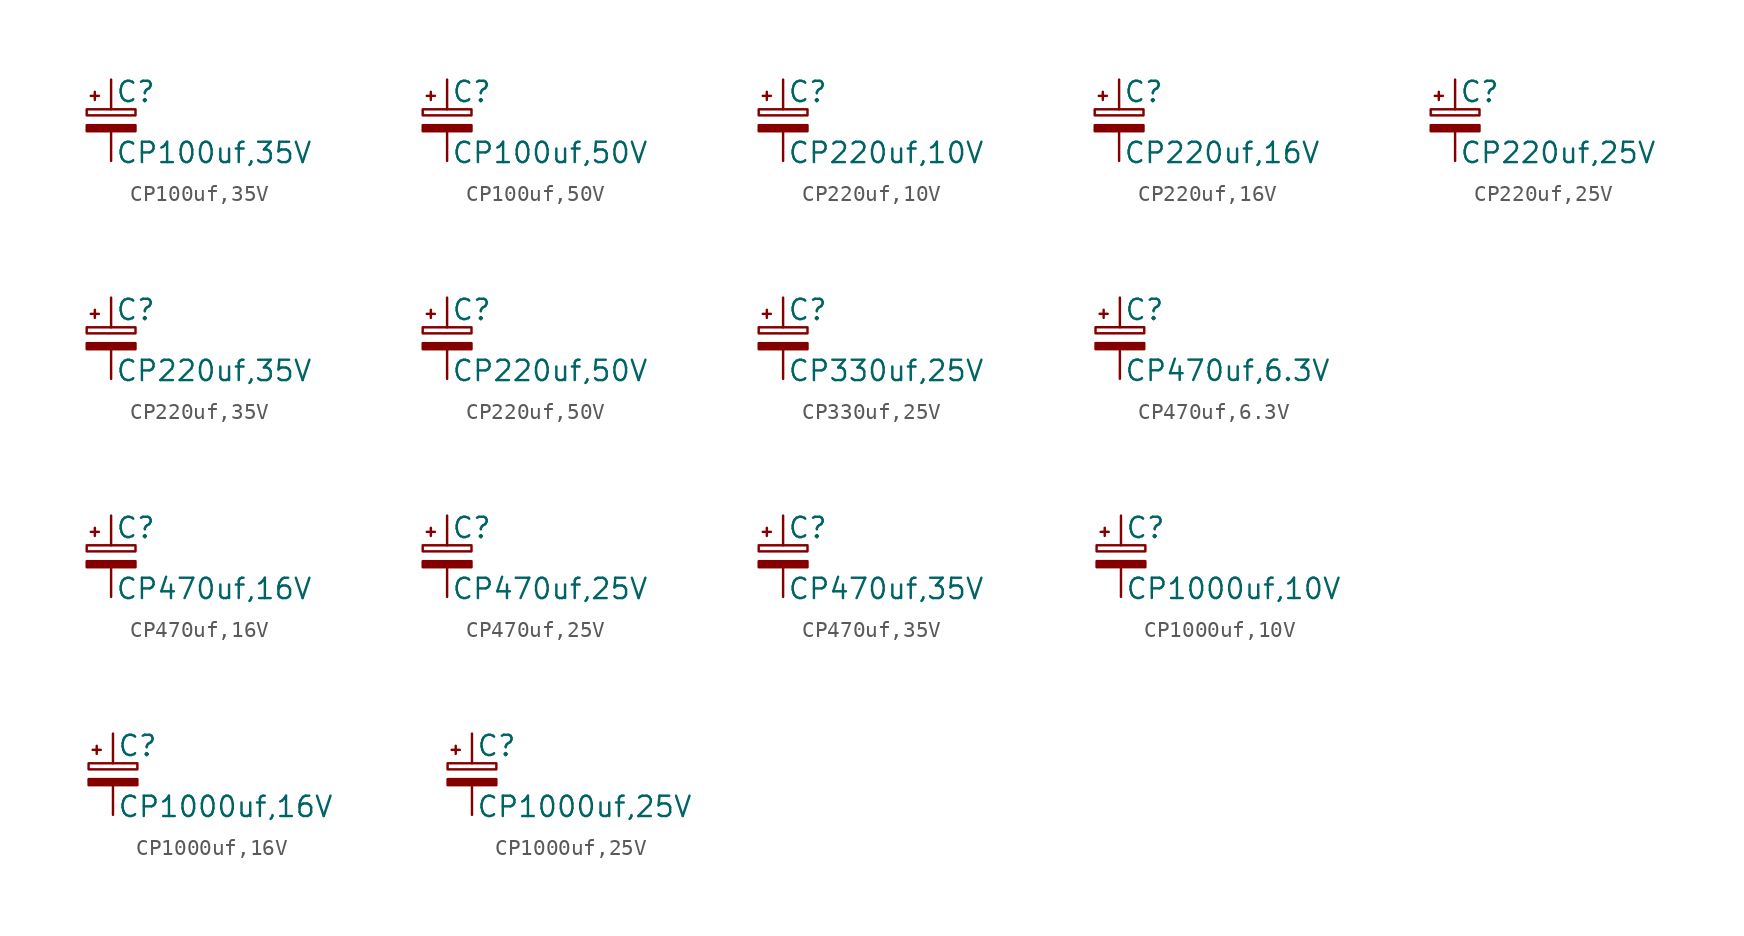
<source format=kicad_sym>
(kicad_symbol_lib
  (version 20211014)
  (generator kicad_symbol_editor)
  (symbol "CP100uf,35V"
    (pin_numbers hide)
    (pin_names
      (offset 0.254) hide)
    (property "Reference" "C"
      (at 0.254 1.778 0)
      (effects (font (size 1.27 1.27)) (justify left)))
    (property "Value" "CP100uf,35V"
      (at 0.254 -2.032 0)
      (effects (font (size 1.27 1.27)) (justify left)))
    (symbol "CP100uf,35V_0_1"
      (rectangle (start -1.524 -0.305) (end 1.524 -0.686) (stroke (width 0) (type default) (color 0 0 0 0)) (fill (type outline)))
      (rectangle (start -1.524 0.686) (end 1.524 0.305) (stroke (width 0) (type default) (color 0 0 0 0)) (fill (type none)))
      (polyline (pts (xy -1.27 1.524) (xy -0.762 1.524)) (stroke (width 0) (type default) (color 0 0 0 0)) (fill (type none)))
      (polyline (pts (xy -1.016 1.27) (xy -1.016 1.778)) (stroke (width 0) (type default) (color 0 0 0 0)) (fill (type none))))
    (symbol "CP100uf,35V_1_1"
      (pin passive line (at 0 2.54 270) (length 1.854) (name "~" (effects (font (size 1.27 1.27)))) (number "1" (effects (font (size 1.27 1.27)))))
      (pin passive line (at 0 -2.54 90) (length 1.854) (name "~" (effects (font (size 1.27 1.27)))) (number "2" (effects (font (size 1.27 1.27)))))))
  (symbol "CP100uf,50V"
    (pin_numbers hide)
    (pin_names
      (offset 0.254) hide)
    (property "Reference" "C"
      (at 0.254 1.778 0)
      (effects (font (size 1.27 1.27)) (justify left)))
    (property "Value" "CP100uf,50V"
      (at 0.254 -2.032 0)
      (effects (font (size 1.27 1.27)) (justify left)))
    (symbol "CP100uf,50V_0_1"
      (rectangle (start -1.524 -0.305) (end 1.524 -0.686) (stroke (width 0) (type default) (color 0 0 0 0)) (fill (type outline)))
      (rectangle (start -1.524 0.686) (end 1.524 0.305) (stroke (width 0) (type default) (color 0 0 0 0)) (fill (type none)))
      (polyline (pts (xy -1.27 1.524) (xy -0.762 1.524)) (stroke (width 0) (type default) (color 0 0 0 0)) (fill (type none)))
      (polyline (pts (xy -1.016 1.27) (xy -1.016 1.778)) (stroke (width 0) (type default) (color 0 0 0 0)) (fill (type none))))
    (symbol "CP100uf,50V_1_1"
      (pin passive line (at 0 2.54 270) (length 1.854) (name "~" (effects (font (size 1.27 1.27)))) (number "1" (effects (font (size 1.27 1.27)))))
      (pin passive line (at 0 -2.54 90) (length 1.854) (name "~" (effects (font (size 1.27 1.27)))) (number "2" (effects (font (size 1.27 1.27)))))))
  (symbol "CP220uf,10V"
    (pin_numbers hide)
    (pin_names
      (offset 0.254) hide)
    (property "Reference" "C"
      (at 0.254 1.778 0)
      (effects (font (size 1.27 1.27)) (justify left)))
    (property "Value" "CP220uf,10V"
      (at 0.254 -2.032 0)
      (effects (font (size 1.27 1.27)) (justify left)))
    (symbol "CP220uf,10V_0_1"
      (rectangle (start -1.524 -0.305) (end 1.524 -0.686) (stroke (width 0) (type default) (color 0 0 0 0)) (fill (type outline)))
      (rectangle (start -1.524 0.686) (end 1.524 0.305) (stroke (width 0) (type default) (color 0 0 0 0)) (fill (type none)))
      (polyline (pts (xy -1.27 1.524) (xy -0.762 1.524)) (stroke (width 0) (type default) (color 0 0 0 0)) (fill (type none)))
      (polyline (pts (xy -1.016 1.27) (xy -1.016 1.778)) (stroke (width 0) (type default) (color 0 0 0 0)) (fill (type none))))
    (symbol "CP220uf,10V_1_1"
      (pin passive line (at 0 2.54 270) (length 1.854) (name "~" (effects (font (size 1.27 1.27)))) (number "1" (effects (font (size 1.27 1.27)))))
      (pin passive line (at 0 -2.54 90) (length 1.854) (name "~" (effects (font (size 1.27 1.27)))) (number "2" (effects (font (size 1.27 1.27)))))))
  (symbol "CP220uf,16V"
    (pin_numbers hide)
    (pin_names
      (offset 0.254) hide)
    (property "Reference" "C"
      (at 0.254 1.778 0)
      (effects (font (size 1.27 1.27)) (justify left)))
    (property "Value" "CP220uf,16V"
      (at 0.254 -2.032 0)
      (effects (font (size 1.27 1.27)) (justify left)))
    (symbol "CP220uf,16V_0_1"
      (rectangle (start -1.524 -0.305) (end 1.524 -0.686) (stroke (width 0) (type default) (color 0 0 0 0)) (fill (type outline)))
      (rectangle (start -1.524 0.686) (end 1.524 0.305) (stroke (width 0) (type default) (color 0 0 0 0)) (fill (type none)))
      (polyline (pts (xy -1.27 1.524) (xy -0.762 1.524)) (stroke (width 0) (type default) (color 0 0 0 0)) (fill (type none)))
      (polyline (pts (xy -1.016 1.27) (xy -1.016 1.778)) (stroke (width 0) (type default) (color 0 0 0 0)) (fill (type none))))
    (symbol "CP220uf,16V_1_1"
      (pin passive line (at 0 2.54 270) (length 1.854) (name "~" (effects (font (size 1.27 1.27)))) (number "1" (effects (font (size 1.27 1.27)))))
      (pin passive line (at 0 -2.54 90) (length 1.854) (name "~" (effects (font (size 1.27 1.27)))) (number "2" (effects (font (size 1.27 1.27)))))))
  (symbol "CP220uf,25V"
    (pin_numbers hide)
    (pin_names
      (offset 0.254) hide)
    (property "Reference" "C"
      (at 0.254 1.778 0)
      (effects (font (size 1.27 1.27)) (justify left)))
    (property "Value" "CP220uf,25V"
      (at 0.254 -2.032 0)
      (effects (font (size 1.27 1.27)) (justify left)))
    (symbol "CP220uf,25V_0_1"
      (rectangle (start -1.524 -0.305) (end 1.524 -0.686) (stroke (width 0) (type default) (color 0 0 0 0)) (fill (type outline)))
      (rectangle (start -1.524 0.686) (end 1.524 0.305) (stroke (width 0) (type default) (color 0 0 0 0)) (fill (type none)))
      (polyline (pts (xy -1.27 1.524) (xy -0.762 1.524)) (stroke (width 0) (type default) (color 0 0 0 0)) (fill (type none)))
      (polyline (pts (xy -1.016 1.27) (xy -1.016 1.778)) (stroke (width 0) (type default) (color 0 0 0 0)) (fill (type none))))
    (symbol "CP220uf,25V_1_1"
      (pin passive line (at 0 2.54 270) (length 1.854) (name "~" (effects (font (size 1.27 1.27)))) (number "1" (effects (font (size 1.27 1.27)))))
      (pin passive line (at 0 -2.54 90) (length 1.854) (name "~" (effects (font (size 1.27 1.27)))) (number "2" (effects (font (size 1.27 1.27)))))))
  (symbol "CP220uf,35V"
    (pin_numbers hide)
    (pin_names
      (offset 0.254) hide)
    (property "Reference" "C"
      (at 0.254 1.778 0)
      (effects (font (size 1.27 1.27)) (justify left)))
    (property "Value" "CP220uf,35V"
      (at 0.254 -2.032 0)
      (effects (font (size 1.27 1.27)) (justify left)))
    (symbol "CP220uf,35V_0_1"
      (rectangle (start -1.524 -0.305) (end 1.524 -0.686) (stroke (width 0) (type default) (color 0 0 0 0)) (fill (type outline)))
      (rectangle (start -1.524 0.686) (end 1.524 0.305) (stroke (width 0) (type default) (color 0 0 0 0)) (fill (type none)))
      (polyline (pts (xy -1.27 1.524) (xy -0.762 1.524)) (stroke (width 0) (type default) (color 0 0 0 0)) (fill (type none)))
      (polyline (pts (xy -1.016 1.27) (xy -1.016 1.778)) (stroke (width 0) (type default) (color 0 0 0 0)) (fill (type none))))
    (symbol "CP220uf,35V_1_1"
      (pin passive line (at 0 2.54 270) (length 1.854) (name "~" (effects (font (size 1.27 1.27)))) (number "1" (effects (font (size 1.27 1.27)))))
      (pin passive line (at 0 -2.54 90) (length 1.854) (name "~" (effects (font (size 1.27 1.27)))) (number "2" (effects (font (size 1.27 1.27)))))))
  (symbol "CP220uf,50V"
    (pin_numbers hide)
    (pin_names
      (offset 0.254) hide)
    (property "Reference" "C"
      (at 0.254 1.778 0)
      (effects (font (size 1.27 1.27)) (justify left)))
    (property "Value" "CP220uf,50V"
      (at 0.254 -2.032 0)
      (effects (font (size 1.27 1.27)) (justify left)))
    (symbol "CP220uf,50V_0_1"
      (rectangle (start -1.524 -0.305) (end 1.524 -0.686) (stroke (width 0) (type default) (color 0 0 0 0)) (fill (type outline)))
      (rectangle (start -1.524 0.686) (end 1.524 0.305) (stroke (width 0) (type default) (color 0 0 0 0)) (fill (type none)))
      (polyline (pts (xy -1.27 1.524) (xy -0.762 1.524)) (stroke (width 0) (type default) (color 0 0 0 0)) (fill (type none)))
      (polyline (pts (xy -1.016 1.27) (xy -1.016 1.778)) (stroke (width 0) (type default) (color 0 0 0 0)) (fill (type none))))
    (symbol "CP220uf,50V_1_1"
      (pin passive line (at 0 2.54 270) (length 1.854) (name "~" (effects (font (size 1.27 1.27)))) (number "1" (effects (font (size 1.27 1.27)))))
      (pin passive line (at 0 -2.54 90) (length 1.854) (name "~" (effects (font (size 1.27 1.27)))) (number "2" (effects (font (size 1.27 1.27)))))))
  (symbol "CP330uf,25V"
    (pin_numbers hide)
    (pin_names
      (offset 0.254) hide)
    (property "Reference" "C"
      (at 0.254 1.778 0)
      (effects (font (size 1.27 1.27)) (justify left)))
    (property "Value" "CP330uf,25V"
      (at 0.254 -2.032 0)
      (effects (font (size 1.27 1.27)) (justify left)))
    (symbol "CP330uf,25V_0_1"
      (rectangle (start -1.524 -0.305) (end 1.524 -0.686) (stroke (width 0) (type default) (color 0 0 0 0)) (fill (type outline)))
      (rectangle (start -1.524 0.686) (end 1.524 0.305) (stroke (width 0) (type default) (color 0 0 0 0)) (fill (type none)))
      (polyline (pts (xy -1.27 1.524) (xy -0.762 1.524)) (stroke (width 0) (type default) (color 0 0 0 0)) (fill (type none)))
      (polyline (pts (xy -1.016 1.27) (xy -1.016 1.778)) (stroke (width 0) (type default) (color 0 0 0 0)) (fill (type none))))
    (symbol "CP330uf,25V_1_1"
      (pin passive line (at 0 2.54 270) (length 1.854) (name "~" (effects (font (size 1.27 1.27)))) (number "1" (effects (font (size 1.27 1.27)))))
      (pin passive line (at 0 -2.54 90) (length 1.854) (name "~" (effects (font (size 1.27 1.27)))) (number "2" (effects (font (size 1.27 1.27)))))))
  (symbol "CP470uf,6.3V"
    (pin_numbers hide)
    (pin_names
      (offset 0.254) hide)
    (property "Reference" "C"
      (at 0.254 1.778 0)
      (effects (font (size 1.27 1.27)) (justify left)))
    (property "Value" "CP470uf,6.3V"
      (at 0.254 -2.032 0)
      (effects (font (size 1.27 1.27)) (justify left)))
    (symbol "CP470uf,6.3V_0_1"
      (rectangle (start -1.524 -0.305) (end 1.524 -0.686) (stroke (width 0) (type default) (color 0 0 0 0)) (fill (type outline)))
      (rectangle (start -1.524 0.686) (end 1.524 0.305) (stroke (width 0) (type default) (color 0 0 0 0)) (fill (type none)))
      (polyline (pts (xy -1.27 1.524) (xy -0.762 1.524)) (stroke (width 0) (type default) (color 0 0 0 0)) (fill (type none)))
      (polyline (pts (xy -1.016 1.27) (xy -1.016 1.778)) (stroke (width 0) (type default) (color 0 0 0 0)) (fill (type none))))
    (symbol "CP470uf,6.3V_1_1"
      (pin passive line (at 0 2.54 270) (length 1.854) (name "~" (effects (font (size 1.27 1.27)))) (number "1" (effects (font (size 1.27 1.27)))))
      (pin passive line (at 0 -2.54 90) (length 1.854) (name "~" (effects (font (size 1.27 1.27)))) (number "2" (effects (font (size 1.27 1.27)))))))
  (symbol "CP470uf,16V"
    (pin_numbers hide)
    (pin_names
      (offset 0.254) hide)
    (property "Reference" "C"
      (at 0.254 1.778 0)
      (effects (font (size 1.27 1.27)) (justify left)))
    (property "Value" "CP470uf,16V"
      (at 0.254 -2.032 0)
      (effects (font (size 1.27 1.27)) (justify left)))
    (symbol "CP470uf,16V_0_1"
      (rectangle (start -1.524 -0.305) (end 1.524 -0.686) (stroke (width 0) (type default) (color 0 0 0 0)) (fill (type outline)))
      (rectangle (start -1.524 0.686) (end 1.524 0.305) (stroke (width 0) (type default) (color 0 0 0 0)) (fill (type none)))
      (polyline (pts (xy -1.27 1.524) (xy -0.762 1.524)) (stroke (width 0) (type default) (color 0 0 0 0)) (fill (type none)))
      (polyline (pts (xy -1.016 1.27) (xy -1.016 1.778)) (stroke (width 0) (type default) (color 0 0 0 0)) (fill (type none))))
    (symbol "CP470uf,16V_1_1"
      (pin passive line (at 0 2.54 270) (length 1.854) (name "~" (effects (font (size 1.27 1.27)))) (number "1" (effects (font (size 1.27 1.27)))))
      (pin passive line (at 0 -2.54 90) (length 1.854) (name "~" (effects (font (size 1.27 1.27)))) (number "2" (effects (font (size 1.27 1.27)))))))
  (symbol "CP470uf,25V"
    (pin_numbers hide)
    (pin_names
      (offset 0.254) hide)
    (property "Reference" "C"
      (at 0.254 1.778 0)
      (effects (font (size 1.27 1.27)) (justify left)))
    (property "Value" "CP470uf,25V"
      (at 0.254 -2.032 0)
      (effects (font (size 1.27 1.27)) (justify left)))
    (symbol "CP470uf,25V_0_1"
      (rectangle (start -1.524 -0.305) (end 1.524 -0.686) (stroke (width 0) (type default) (color 0 0 0 0)) (fill (type outline)))
      (rectangle (start -1.524 0.686) (end 1.524 0.305) (stroke (width 0) (type default) (color 0 0 0 0)) (fill (type none)))
      (polyline (pts (xy -1.27 1.524) (xy -0.762 1.524)) (stroke (width 0) (type default) (color 0 0 0 0)) (fill (type none)))
      (polyline (pts (xy -1.016 1.27) (xy -1.016 1.778)) (stroke (width 0) (type default) (color 0 0 0 0)) (fill (type none))))
    (symbol "CP470uf,25V_1_1"
      (pin passive line (at 0 2.54 270) (length 1.854) (name "~" (effects (font (size 1.27 1.27)))) (number "1" (effects (font (size 1.27 1.27)))))
      (pin passive line (at 0 -2.54 90) (length 1.854) (name "~" (effects (font (size 1.27 1.27)))) (number "2" (effects (font (size 1.27 1.27)))))))
  (symbol "CP470uf,35V"
    (pin_numbers hide)
    (pin_names
      (offset 0.254) hide)
    (property "Reference" "C"
      (at 0.254 1.778 0)
      (effects (font (size 1.27 1.27)) (justify left)))
    (property "Value" "CP470uf,35V"
      (at 0.254 -2.032 0)
      (effects (font (size 1.27 1.27)) (justify left)))
    (symbol "CP470uf,35V_0_1"
      (rectangle (start -1.524 -0.305) (end 1.524 -0.686) (stroke (width 0) (type default) (color 0 0 0 0)) (fill (type outline)))
      (rectangle (start -1.524 0.686) (end 1.524 0.305) (stroke (width 0) (type default) (color 0 0 0 0)) (fill (type none)))
      (polyline (pts (xy -1.27 1.524) (xy -0.762 1.524)) (stroke (width 0) (type default) (color 0 0 0 0)) (fill (type none)))
      (polyline (pts (xy -1.016 1.27) (xy -1.016 1.778)) (stroke (width 0) (type default) (color 0 0 0 0)) (fill (type none))))
    (symbol "CP470uf,35V_1_1"
      (pin passive line (at 0 2.54 270) (length 1.854) (name "~" (effects (font (size 1.27 1.27)))) (number "1" (effects (font (size 1.27 1.27)))))
      (pin passive line (at 0 -2.54 90) (length 1.854) (name "~" (effects (font (size 1.27 1.27)))) (number "2" (effects (font (size 1.27 1.27)))))))
  (symbol "CP1000uf,10V"
    (pin_numbers hide)
    (pin_names
      (offset 0.254) hide)
    (property "Reference" "C"
      (at 0.254 1.778 0)
      (effects (font (size 1.27 1.27)) (justify left)))
    (property "Value" "CP1000uf,10V"
      (at 0.254 -2.032 0)
      (effects (font (size 1.27 1.27)) (justify left)))
    (symbol "CP1000uf,10V_0_1"
      (rectangle (start -1.524 -0.305) (end 1.524 -0.686) (stroke (width 0) (type default) (color 0 0 0 0)) (fill (type outline)))
      (rectangle (start -1.524 0.686) (end 1.524 0.305) (stroke (width 0) (type default) (color 0 0 0 0)) (fill (type none)))
      (polyline (pts (xy -1.27 1.524) (xy -0.762 1.524)) (stroke (width 0) (type default) (color 0 0 0 0)) (fill (type none)))
      (polyline (pts (xy -1.016 1.27) (xy -1.016 1.778)) (stroke (width 0) (type default) (color 0 0 0 0)) (fill (type none))))
    (symbol "CP1000uf,10V_1_1"
      (pin passive line (at 0 2.54 270) (length 1.854) (name "~" (effects (font (size 1.27 1.27)))) (number "1" (effects (font (size 1.27 1.27)))))
      (pin passive line (at 0 -2.54 90) (length 1.854) (name "~" (effects (font (size 1.27 1.27)))) (number "2" (effects (font (size 1.27 1.27)))))))
  (symbol "CP1000uf,16V"
    (pin_numbers hide)
    (pin_names
      (offset 0.254) hide)
    (property "Reference" "C"
      (at 0.254 1.778 0)
      (effects (font (size 1.27 1.27)) (justify left)))
    (property "Value" "CP1000uf,16V"
      (at 0.254 -2.032 0)
      (effects (font (size 1.27 1.27)) (justify left)))
    (symbol "CP1000uf,16V_0_1"
      (rectangle (start -1.524 -0.305) (end 1.524 -0.686) (stroke (width 0) (type default) (color 0 0 0 0)) (fill (type outline)))
      (rectangle (start -1.524 0.686) (end 1.524 0.305) (stroke (width 0) (type default) (color 0 0 0 0)) (fill (type none)))
      (polyline (pts (xy -1.27 1.524) (xy -0.762 1.524)) (stroke (width 0) (type default) (color 0 0 0 0)) (fill (type none)))
      (polyline (pts (xy -1.016 1.27) (xy -1.016 1.778)) (stroke (width 0) (type default) (color 0 0 0 0)) (fill (type none))))
    (symbol "CP1000uf,16V_1_1"
      (pin passive line (at 0 2.54 270) (length 1.854) (name "~" (effects (font (size 1.27 1.27)))) (number "1" (effects (font (size 1.27 1.27)))))
      (pin passive line (at 0 -2.54 90) (length 1.854) (name "~" (effects (font (size 1.27 1.27)))) (number "2" (effects (font (size 1.27 1.27)))))))
  (symbol "CP1000uf,25V"
    (pin_numbers hide)
    (pin_names
      (offset 0.254) hide)
    (property "Reference" "C"
      (at 0.254 1.778 0)
      (effects (font (size 1.27 1.27)) (justify left)))
    (property "Value" "CP1000uf,25V"
      (at 0.254 -2.032 0)
      (effects (font (size 1.27 1.27)) (justify left)))
    (symbol "CP1000uf,25V_0_1"
      (rectangle (start -1.524 -0.305) (end 1.524 -0.686) (stroke (width 0) (type default) (color 0 0 0 0)) (fill (type outline)))
      (rectangle (start -1.524 0.686) (end 1.524 0.305) (stroke (width 0) (type default) (color 0 0 0 0)) (fill (type none)))
      (polyline (pts (xy -1.27 1.524) (xy -0.762 1.524)) (stroke (width 0) (type default) (color 0 0 0 0)) (fill (type none)))
      (polyline (pts (xy -1.016 1.27) (xy -1.016 1.778)) (stroke (width 0) (type default) (color 0 0 0 0)) (fill (type none))))
    (symbol "CP1000uf,25V_1_1"
      (pin passive line (at 0 2.54 270) (length 1.854) (name "~" (effects (font (size 1.27 1.27)))) (number "1" (effects (font (size 1.27 1.27)))))
      (pin passive line (at 0 -2.54 90) (length 1.854) (name "~" (effects (font (size 1.27 1.27)))) (number "2" (effects (font (size 1.27 1.27))))))))
</source>
